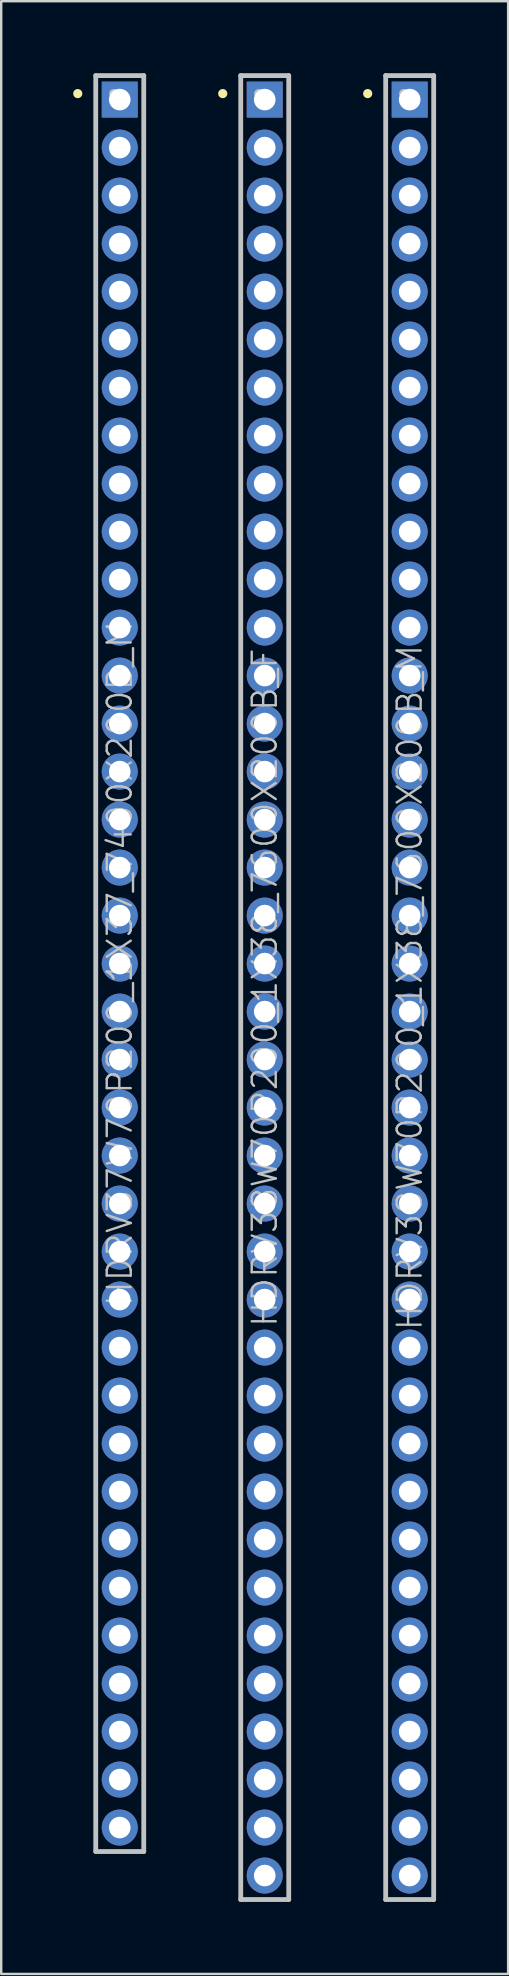
<source format=kicad_pcb>
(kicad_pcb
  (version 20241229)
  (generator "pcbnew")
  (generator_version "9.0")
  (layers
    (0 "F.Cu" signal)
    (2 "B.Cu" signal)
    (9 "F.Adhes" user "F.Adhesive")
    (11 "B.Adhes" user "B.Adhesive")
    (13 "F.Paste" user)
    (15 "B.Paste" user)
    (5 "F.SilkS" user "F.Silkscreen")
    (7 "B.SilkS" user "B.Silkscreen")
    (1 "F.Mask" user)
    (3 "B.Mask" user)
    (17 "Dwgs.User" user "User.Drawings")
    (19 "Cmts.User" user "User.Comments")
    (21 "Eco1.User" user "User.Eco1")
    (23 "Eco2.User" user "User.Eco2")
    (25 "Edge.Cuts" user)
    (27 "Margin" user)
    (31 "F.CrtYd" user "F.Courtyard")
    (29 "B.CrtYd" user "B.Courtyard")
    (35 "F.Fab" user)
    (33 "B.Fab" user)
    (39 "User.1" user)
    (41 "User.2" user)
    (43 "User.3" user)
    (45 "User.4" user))
  (footprint "HDRV37W70P200_1X37_7400X200B_M"
    (layer "F.Cu")
    (at 1.94 37.1)
    (property "Reference" "HDRV37W70P200_1X37_7400X200B_M" (at 0 0 90) (layer "Dwgs.User") (effects (font (size 1 1) (thickness 0.1))))
    (attr through_hole)
    (fp_line (start -1.75 -36.25) (end -1.75 -36.25) (stroke (width 0.381) (type solid)) (layer "F.SilkS"))
    (fp_line (start -1 -37) (end -1 37) (stroke (width 0.2) (type solid)) (layer "Dwgs.User"))
    (fp_line (start -1 -37) (end 1 -37) (stroke (width 0.2) (type solid)) (layer "Dwgs.User"))
    (fp_line (start -1 37) (end 1 37) (stroke (width 0.2) (type solid)) (layer "Dwgs.User"))
    (fp_line (start -0.25 -36.25) (end -0.25 -36.25) (stroke (width 0.381) (type solid)) (layer "Dwgs.User"))
    (fp_line (start 1 -37) (end 1 37) (stroke (width 0.2) (type solid)) (layer "Dwgs.User"))
    (pad "1" thru_hole rect (at 0 -36) (size 1.5 1.5) (drill 0.9) (layers "*.Cu" "*.Mask"))
    (pad "2" thru_hole circle (at 0 -34 270) (size 1.5 1.5) (drill 0.9) (layers "*.Cu" "*.Mask"))
    (pad "3" thru_hole circle (at 0 -32 270) (size 1.5 1.5) (drill 0.9) (layers "*.Cu" "*.Mask"))
    (pad "4" thru_hole circle (at 0 -30 270) (size 1.5 1.5) (drill 0.9) (layers "*.Cu" "*.Mask"))
    (pad "5" thru_hole circle (at 0 -28 270) (size 1.5 1.5) (drill 0.9) (layers "*.Cu" "*.Mask"))
    (pad "6" thru_hole circle (at 0 -26 270) (size 1.5 1.5) (drill 0.9) (layers "*.Cu" "*.Mask"))
    (pad "7" thru_hole circle (at 0 -24 270) (size 1.5 1.5) (drill 0.9) (layers "*.Cu" "*.Mask"))
    (pad "8" thru_hole circle (at 0 -22 270) (size 1.5 1.5) (drill 0.9) (layers "*.Cu" "*.Mask"))
    (pad "9" thru_hole circle (at 0 -20 270) (size 1.5 1.5) (drill 0.9) (layers "*.Cu" "*.Mask"))
    (pad "10" thru_hole circle (at 0 -18 270) (size 1.5 1.5) (drill 0.9) (layers "*.Cu" "*.Mask"))
    (pad "11" thru_hole circle (at 0 -16 270) (size 1.5 1.5) (drill 0.9) (layers "*.Cu" "*.Mask"))
    (pad "12" thru_hole circle (at 0 -14 270) (size 1.5 1.5) (drill 0.9) (layers "*.Cu" "*.Mask"))
    (pad "13" thru_hole circle (at 0 -12 270) (size 1.5 1.5) (drill 0.9) (layers "*.Cu" "*.Mask"))
    (pad "14" thru_hole circle (at 0 -10 270) (size 1.5 1.5) (drill 0.9) (layers "*.Cu" "*.Mask"))
    (pad "15" thru_hole circle (at 0 -8 270) (size 1.5 1.5) (drill 0.9) (layers "*.Cu" "*.Mask"))
    (pad "16" thru_hole circle (at 0 -6 270) (size 1.5 1.5) (drill 0.9) (layers "*.Cu" "*.Mask"))
    (pad "17" thru_hole circle (at 0 -4 270) (size 1.5 1.5) (drill 0.9) (layers "*.Cu" "*.Mask"))
    (pad "18" thru_hole circle (at 0 -2 270) (size 1.5 1.5) (drill 0.9) (layers "*.Cu" "*.Mask"))
    (pad "19" thru_hole circle (at 0 0 270) (size 1.5 1.5) (drill 0.9) (layers "*.Cu" "*.Mask"))
    (pad "20" thru_hole circle (at 0 2 270) (size 1.5 1.5) (drill 0.9) (layers "*.Cu" "*.Mask"))
    (pad "21" thru_hole circle (at 0 4 270) (size 1.5 1.5) (drill 0.9) (layers "*.Cu" "*.Mask"))
    (pad "22" thru_hole circle (at 0 6 270) (size 1.5 1.5) (drill 0.9) (layers "*.Cu" "*.Mask"))
    (pad "23" thru_hole circle (at 0 8 270) (size 1.5 1.5) (drill 0.9) (layers "*.Cu" "*.Mask"))
    (pad "24" thru_hole circle (at 0 10 270) (size 1.5 1.5) (drill 0.9) (layers "*.Cu" "*.Mask"))
    (pad "25" thru_hole circle (at 0 12 270) (size 1.5 1.5) (drill 0.9) (layers "*.Cu" "*.Mask"))
    (pad "26" thru_hole circle (at 0 14 270) (size 1.5 1.5) (drill 0.9) (layers "*.Cu" "*.Mask"))
    (pad "27" thru_hole circle (at 0 16 270) (size 1.5 1.5) (drill 0.9) (layers "*.Cu" "*.Mask"))
    (pad "28" thru_hole circle (at 0 18 270) (size 1.5 1.5) (drill 0.9) (layers "*.Cu" "*.Mask"))
    (pad "29" thru_hole circle (at 0 20 270) (size 1.5 1.5) (drill 0.9) (layers "*.Cu" "*.Mask"))
    (pad "30" thru_hole circle (at 0 22 270) (size 1.5 1.5) (drill 0.9) (layers "*.Cu" "*.Mask"))
    (pad "31" thru_hole circle (at 0 24 270) (size 1.5 1.5) (drill 0.9) (layers "*.Cu" "*.Mask"))
    (pad "32" thru_hole circle (at 0 26 270) (size 1.5 1.5) (drill 0.9) (layers "*.Cu" "*.Mask"))
    (pad "33" thru_hole circle (at 0 28 270) (size 1.5 1.5) (drill 0.9) (layers "*.Cu" "*.Mask"))
    (pad "34" thru_hole circle (at 0 30 270) (size 1.5 1.5) (drill 0.9) (layers "*.Cu" "*.Mask"))
    (pad "35" thru_hole circle (at 0 32 270) (size 1.5 1.5) (drill 0.9) (layers "*.Cu" "*.Mask"))
    (pad "36" thru_hole circle (at 0 34 270) (size 1.5 1.5) (drill 0.9) (layers "*.Cu" "*.Mask"))
    (pad "37" thru_hole circle (at 0 36 270) (size 1.5 1.5) (drill 0.9) (layers "*.Cu" "*.Mask")))
  (footprint "HDRV38W70P200_1X38_7600X200B_M"
    (layer "F.Cu")
    (at 14.021 38.1)
    (property "Reference" "HDRV38W70P200_1X38_7600X200B_M" (at 0 0 90) (layer "Dwgs.User") (effects (font (size 1 1) (thickness 0.1))))
    (attr through_hole)
    (fp_line (start -1.75 -37.25) (end -1.75 -37.25) (stroke (width 0.381) (type solid)) (layer "F.SilkS"))
    (fp_line (start -1 -38) (end -1 38) (stroke (width 0.2) (type solid)) (layer "Dwgs.User"))
    (fp_line (start -1 -38) (end 1 -38) (stroke (width 0.2) (type solid)) (layer "Dwgs.User"))
    (fp_line (start -1 38) (end 1 38) (stroke (width 0.2) (type solid)) (layer "Dwgs.User"))
    (fp_line (start -0.25 -37.25) (end -0.25 -37.25) (stroke (width 0.381) (type solid)) (layer "Dwgs.User"))
    (fp_line (start 1 -38) (end 1 38) (stroke (width 0.2) (type solid)) (layer "Dwgs.User"))
    (pad "1" thru_hole rect (at 0 -37) (size 1.5 1.5) (drill 0.9) (layers "*.Cu" "*.Mask"))
    (pad "2" thru_hole circle (at 0 -35 270) (size 1.5 1.5) (drill 0.9) (layers "*.Cu" "*.Mask"))
    (pad "3" thru_hole circle (at 0 -33 270) (size 1.5 1.5) (drill 0.9) (layers "*.Cu" "*.Mask"))
    (pad "4" thru_hole circle (at 0 -31 270) (size 1.5 1.5) (drill 0.9) (layers "*.Cu" "*.Mask"))
    (pad "5" thru_hole circle (at 0 -29 270) (size 1.5 1.5) (drill 0.9) (layers "*.Cu" "*.Mask"))
    (pad "6" thru_hole circle (at 0 -27 270) (size 1.5 1.5) (drill 0.9) (layers "*.Cu" "*.Mask"))
    (pad "7" thru_hole circle (at 0 -25 270) (size 1.5 1.5) (drill 0.9) (layers "*.Cu" "*.Mask"))
    (pad "8" thru_hole circle (at 0 -23 270) (size 1.5 1.5) (drill 0.9) (layers "*.Cu" "*.Mask"))
    (pad "9" thru_hole circle (at 0 -21 270) (size 1.5 1.5) (drill 0.9) (layers "*.Cu" "*.Mask"))
    (pad "10" thru_hole circle (at 0 -19 270) (size 1.5 1.5) (drill 0.9) (layers "*.Cu" "*.Mask"))
    (pad "11" thru_hole circle (at 0 -17 270) (size 1.5 1.5) (drill 0.9) (layers "*.Cu" "*.Mask"))
    (pad "12" thru_hole circle (at 0 -15 270) (size 1.5 1.5) (drill 0.9) (layers "*.Cu" "*.Mask"))
    (pad "13" thru_hole circle (at 0 -13 270) (size 1.5 1.5) (drill 0.9) (layers "*.Cu" "*.Mask"))
    (pad "14" thru_hole circle (at 0 -11 270) (size 1.5 1.5) (drill 0.9) (layers "*.Cu" "*.Mask"))
    (pad "15" thru_hole circle (at 0 -9 270) (size 1.5 1.5) (drill 0.9) (layers "*.Cu" "*.Mask"))
    (pad "16" thru_hole circle (at 0 -7 270) (size 1.5 1.5) (drill 0.9) (layers "*.Cu" "*.Mask"))
    (pad "17" thru_hole circle (at 0 -5 270) (size 1.5 1.5) (drill 0.9) (layers "*.Cu" "*.Mask"))
    (pad "18" thru_hole circle (at 0 -3 270) (size 1.5 1.5) (drill 0.9) (layers "*.Cu" "*.Mask"))
    (pad "19" thru_hole circle (at 0 -1 270) (size 1.5 1.5) (drill 0.9) (layers "*.Cu" "*.Mask"))
    (pad "20" thru_hole circle (at 0 1 270) (size 1.5 1.5) (drill 0.9) (layers "*.Cu" "*.Mask"))
    (pad "21" thru_hole circle (at 0 3 270) (size 1.5 1.5) (drill 0.9) (layers "*.Cu" "*.Mask"))
    (pad "22" thru_hole circle (at 0 5 270) (size 1.5 1.5) (drill 0.9) (layers "*.Cu" "*.Mask"))
    (pad "23" thru_hole circle (at 0 7 270) (size 1.5 1.5) (drill 0.9) (layers "*.Cu" "*.Mask"))
    (pad "24" thru_hole circle (at 0 9 270) (size 1.5 1.5) (drill 0.9) (layers "*.Cu" "*.Mask"))
    (pad "25" thru_hole circle (at 0 11 270) (size 1.5 1.5) (drill 0.9) (layers "*.Cu" "*.Mask"))
    (pad "26" thru_hole circle (at 0 13 270) (size 1.5 1.5) (drill 0.9) (layers "*.Cu" "*.Mask"))
    (pad "27" thru_hole circle (at 0 15 270) (size 1.5 1.5) (drill 0.9) (layers "*.Cu" "*.Mask"))
    (pad "28" thru_hole circle (at 0 17 270) (size 1.5 1.5) (drill 0.9) (layers "*.Cu" "*.Mask"))
    (pad "29" thru_hole circle (at 0 19 270) (size 1.5 1.5) (drill 0.9) (layers "*.Cu" "*.Mask"))
    (pad "30" thru_hole circle (at 0 21 270) (size 1.5 1.5) (drill 0.9) (layers "*.Cu" "*.Mask"))
    (pad "31" thru_hole circle (at 0 23 270) (size 1.5 1.5) (drill 0.9) (layers "*.Cu" "*.Mask"))
    (pad "32" thru_hole circle (at 0 25 270) (size 1.5 1.5) (drill 0.9) (layers "*.Cu" "*.Mask"))
    (pad "33" thru_hole circle (at 0 27 270) (size 1.5 1.5) (drill 0.9) (layers "*.Cu" "*.Mask"))
    (pad "34" thru_hole circle (at 0 29 270) (size 1.5 1.5) (drill 0.9) (layers "*.Cu" "*.Mask"))
    (pad "35" thru_hole circle (at 0 31 270) (size 1.5 1.5) (drill 0.9) (layers "*.Cu" "*.Mask"))
    (pad "36" thru_hole circle (at 0 33 270) (size 1.5 1.5) (drill 0.9) (layers "*.Cu" "*.Mask"))
    (pad "37" thru_hole circle (at 0 35 270) (size 1.5 1.5) (drill 0.9) (layers "*.Cu" "*.Mask"))
    (pad "38" thru_hole circle (at 0 37 270) (size 1.5 1.5) (drill 0.9) (layers "*.Cu" "*.Mask")))
  (footprint "HDRV38W70P200_1X38_7600X200B_F"
    (layer "F.Cu")
    (at 7.981 38.1)
    (property "Reference" "HDRV38W70P200_1X38_7600X200B_F" (at 0 0 90) (layer "Dwgs.User") (effects (font (size 1 1) (thickness 0.1))))
    (attr through_hole)
    (fp_line (start -1.75 -37.25) (end -1.75 -37.25) (stroke (width 0.381) (type solid)) (layer "F.SilkS"))
    (fp_line (start -1 -38) (end -1 38) (stroke (width 0.2) (type solid)) (layer "Dwgs.User"))
    (fp_line (start -1 -38) (end 1 -38) (stroke (width 0.2) (type solid)) (layer "Dwgs.User"))
    (fp_line (start -1 38) (end 1 38) (stroke (width 0.2) (type solid)) (layer "Dwgs.User"))
    (fp_line (start -0.25 -37.25) (end -0.25 -37.25) (stroke (width 0.381) (type solid)) (layer "Dwgs.User"))
    (fp_line (start 1 -38) (end 1 38) (stroke (width 0.2) (type solid)) (layer "Dwgs.User"))
    (pad "1" thru_hole rect (at 0 -37) (size 1.5 1.5) (drill 0.9) (layers "*.Cu" "*.Mask"))
    (pad "2" thru_hole circle (at 0 -35 270) (size 1.5 1.5) (drill 0.9) (layers "*.Cu" "*.Mask"))
    (pad "3" thru_hole circle (at 0 -33 270) (size 1.5 1.5) (drill 0.9) (layers "*.Cu" "*.Mask"))
    (pad "4" thru_hole circle (at 0 -31 270) (size 1.5 1.5) (drill 0.9) (layers "*.Cu" "*.Mask"))
    (pad "5" thru_hole circle (at 0 -29 270) (size 1.5 1.5) (drill 0.9) (layers "*.Cu" "*.Mask"))
    (pad "6" thru_hole circle (at 0 -27 270) (size 1.5 1.5) (drill 0.9) (layers "*.Cu" "*.Mask"))
    (pad "7" thru_hole circle (at 0 -25 270) (size 1.5 1.5) (drill 0.9) (layers "*.Cu" "*.Mask"))
    (pad "8" thru_hole circle (at 0 -23 270) (size 1.5 1.5) (drill 0.9) (layers "*.Cu" "*.Mask"))
    (pad "9" thru_hole circle (at 0 -21 270) (size 1.5 1.5) (drill 0.9) (layers "*.Cu" "*.Mask"))
    (pad "10" thru_hole circle (at 0 -19 270) (size 1.5 1.5) (drill 0.9) (layers "*.Cu" "*.Mask"))
    (pad "11" thru_hole circle (at 0 -17 270) (size 1.5 1.5) (drill 0.9) (layers "*.Cu" "*.Mask"))
    (pad "12" thru_hole circle (at 0 -15 270) (size 1.5 1.5) (drill 0.9) (layers "*.Cu" "*.Mask"))
    (pad "13" thru_hole circle (at 0 -13 270) (size 1.5 1.5) (drill 0.9) (layers "*.Cu" "*.Mask"))
    (pad "14" thru_hole circle (at 0 -11 270) (size 1.5 1.5) (drill 0.9) (layers "*.Cu" "*.Mask"))
    (pad "15" thru_hole circle (at 0 -9 270) (size 1.5 1.5) (drill 0.9) (layers "*.Cu" "*.Mask"))
    (pad "16" thru_hole circle (at 0 -7 270) (size 1.5 1.5) (drill 0.9) (layers "*.Cu" "*.Mask"))
    (pad "17" thru_hole circle (at 0 -5 270) (size 1.5 1.5) (drill 0.9) (layers "*.Cu" "*.Mask"))
    (pad "18" thru_hole circle (at 0 -3 270) (size 1.5 1.5) (drill 0.9) (layers "*.Cu" "*.Mask"))
    (pad "19" thru_hole circle (at 0 -1 270) (size 1.5 1.5) (drill 0.9) (layers "*.Cu" "*.Mask"))
    (pad "20" thru_hole circle (at 0 1 270) (size 1.5 1.5) (drill 0.9) (layers "*.Cu" "*.Mask"))
    (pad "21" thru_hole circle (at 0 3 270) (size 1.5 1.5) (drill 0.9) (layers "*.Cu" "*.Mask"))
    (pad "22" thru_hole circle (at 0 5 270) (size 1.5 1.5) (drill 0.9) (layers "*.Cu" "*.Mask"))
    (pad "23" thru_hole circle (at 0 7 270) (size 1.5 1.5) (drill 0.9) (layers "*.Cu" "*.Mask"))
    (pad "24" thru_hole circle (at 0 9 270) (size 1.5 1.5) (drill 0.9) (layers "*.Cu" "*.Mask"))
    (pad "25" thru_hole circle (at 0 11 270) (size 1.5 1.5) (drill 0.9) (layers "*.Cu" "*.Mask"))
    (pad "26" thru_hole circle (at 0 13 270) (size 1.5 1.5) (drill 0.9) (layers "*.Cu" "*.Mask"))
    (pad "27" thru_hole circle (at 0 15 270) (size 1.5 1.5) (drill 0.9) (layers "*.Cu" "*.Mask"))
    (pad "28" thru_hole circle (at 0 17 270) (size 1.5 1.5) (drill 0.9) (layers "*.Cu" "*.Mask"))
    (pad "29" thru_hole circle (at 0 19 270) (size 1.5 1.5) (drill 0.9) (layers "*.Cu" "*.Mask"))
    (pad "30" thru_hole circle (at 0 21 270) (size 1.5 1.5) (drill 0.9) (layers "*.Cu" "*.Mask"))
    (pad "31" thru_hole circle (at 0 23 270) (size 1.5 1.5) (drill 0.9) (layers "*.Cu" "*.Mask"))
    (pad "32" thru_hole circle (at 0 25 270) (size 1.5 1.5) (drill 0.9) (layers "*.Cu" "*.Mask"))
    (pad "33" thru_hole circle (at 0 27 270) (size 1.5 1.5) (drill 0.9) (layers "*.Cu" "*.Mask"))
    (pad "34" thru_hole circle (at 0 29 270) (size 1.5 1.5) (drill 0.9) (layers "*.Cu" "*.Mask"))
    (pad "35" thru_hole circle (at 0 31 270) (size 1.5 1.5) (drill 0.9) (layers "*.Cu" "*.Mask"))
    (pad "36" thru_hole circle (at 0 33 270) (size 1.5 1.5) (drill 0.9) (layers "*.Cu" "*.Mask"))
    (pad "37" thru_hole circle (at 0 35 270) (size 1.5 1.5) (drill 0.9) (layers "*.Cu" "*.Mask"))
    (pad "38" thru_hole circle (at 0 37 270) (size 1.5 1.5) (drill 0.9) (layers "*.Cu" "*.Mask")))
  (gr_rect
    (start -3 -3)
    (end 18.122 79.2)
    (stroke (width 0.1) (type default))
    (fill no)
    (layer "Edge.Cuts")))
</source>
